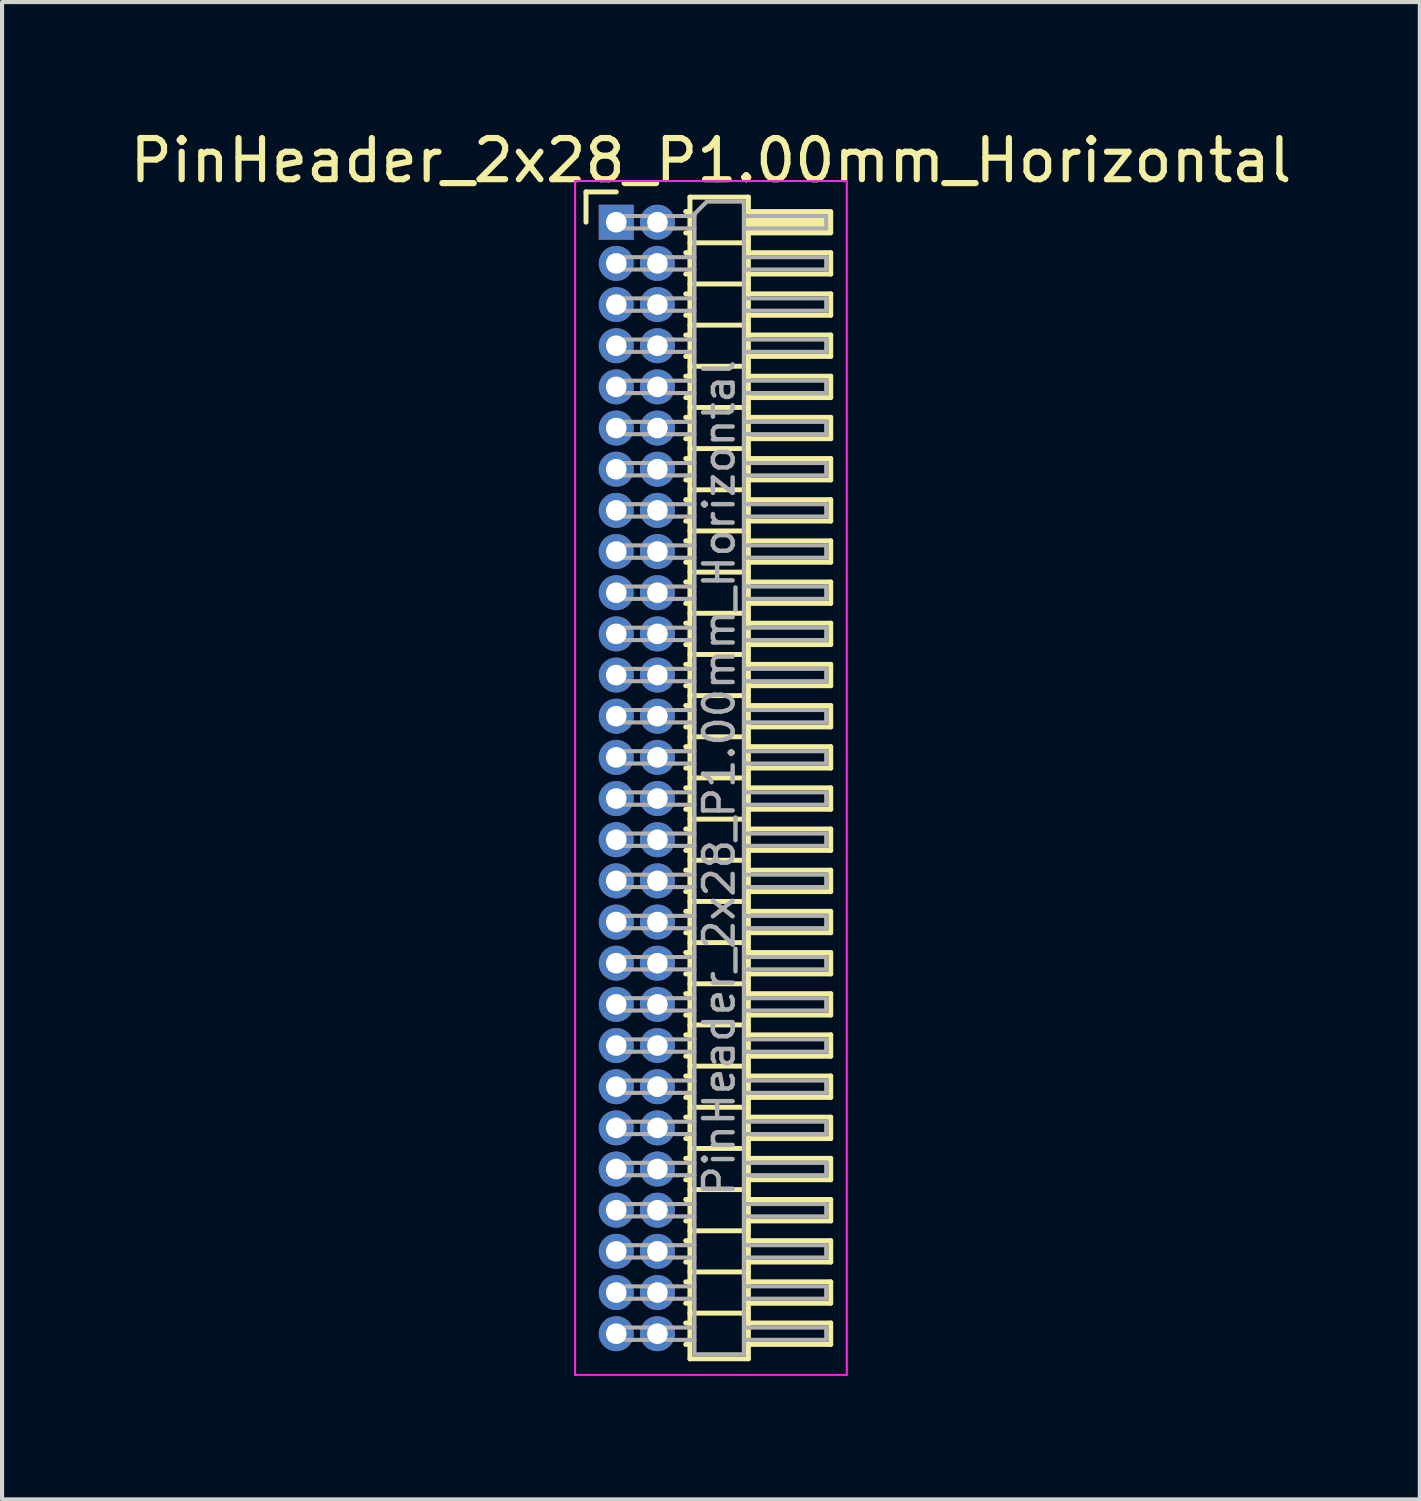
<source format=kicad_pcb>
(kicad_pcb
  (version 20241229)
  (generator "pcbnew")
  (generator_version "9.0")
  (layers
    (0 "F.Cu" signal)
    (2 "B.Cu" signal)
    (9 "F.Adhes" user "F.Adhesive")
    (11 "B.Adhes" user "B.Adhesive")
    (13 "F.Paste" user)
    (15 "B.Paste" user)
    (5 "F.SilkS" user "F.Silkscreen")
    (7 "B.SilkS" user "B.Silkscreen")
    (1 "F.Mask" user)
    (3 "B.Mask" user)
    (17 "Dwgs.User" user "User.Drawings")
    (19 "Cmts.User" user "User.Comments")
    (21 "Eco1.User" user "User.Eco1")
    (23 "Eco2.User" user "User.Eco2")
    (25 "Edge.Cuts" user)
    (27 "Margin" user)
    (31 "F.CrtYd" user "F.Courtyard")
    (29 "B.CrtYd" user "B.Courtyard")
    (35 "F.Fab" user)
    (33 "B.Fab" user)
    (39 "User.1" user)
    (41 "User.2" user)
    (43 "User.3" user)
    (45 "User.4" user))
  (footprint "PinHeader_2x28_P1.00mm_Horizontal"
    (layer "F.Cu")
    (at 11.92 2.348)
    (property "Reference" "PinHeader_2x28_P1.00mm_Horizontal" (at 2.3 -1.5 0) (layer "F.SilkS") (effects (font (size 1 1) (thickness 0.15))))
    (attr through_hole)
    (fp_line (start -0.735 -0.735) (end 0 -0.735) (stroke (width 0.12) (type solid)) (layer "F.SilkS"))
    (fp_line (start -0.735 0) (end -0.735 -0.735) (stroke (width 0.12) (type solid)) (layer "F.SilkS"))
    (fp_line (start 1.687 -0.26) (end 1.79 -0.26) (stroke (width 0.12) (type solid)) (layer "F.SilkS"))
    (fp_line (start 1.687 0.26) (end 1.79 0.26) (stroke (width 0.12) (type solid)) (layer "F.SilkS"))
    (fp_line (start 1.687 0.74) (end 1.79 0.74) (stroke (width 0.12) (type solid)) (layer "F.SilkS"))
    (fp_line (start 1.687 1.26) (end 1.79 1.26) (stroke (width 0.12) (type solid)) (layer "F.SilkS"))
    (fp_line (start 1.687 1.74) (end 1.79 1.74) (stroke (width 0.12) (type solid)) (layer "F.SilkS"))
    (fp_line (start 1.687 2.26) (end 1.79 2.26) (stroke (width 0.12) (type solid)) (layer "F.SilkS"))
    (fp_line (start 1.687 2.74) (end 1.79 2.74) (stroke (width 0.12) (type solid)) (layer "F.SilkS"))
    (fp_line (start 1.687 3.26) (end 1.79 3.26) (stroke (width 0.12) (type solid)) (layer "F.SilkS"))
    (fp_line (start 1.687 3.74) (end 1.79 3.74) (stroke (width 0.12) (type solid)) (layer "F.SilkS"))
    (fp_line (start 1.687 4.26) (end 1.79 4.26) (stroke (width 0.12) (type solid)) (layer "F.SilkS"))
    (fp_line (start 1.687 4.74) (end 1.79 4.74) (stroke (width 0.12) (type solid)) (layer "F.SilkS"))
    (fp_line (start 1.687 5.26) (end 1.79 5.26) (stroke (width 0.12) (type solid)) (layer "F.SilkS"))
    (fp_line (start 1.687 5.74) (end 1.79 5.74) (stroke (width 0.12) (type solid)) (layer "F.SilkS"))
    (fp_line (start 1.687 6.26) (end 1.79 6.26) (stroke (width 0.12) (type solid)) (layer "F.SilkS"))
    (fp_line (start 1.687 6.74) (end 1.79 6.74) (stroke (width 0.12) (type solid)) (layer "F.SilkS"))
    (fp_line (start 1.687 7.26) (end 1.79 7.26) (stroke (width 0.12) (type solid)) (layer "F.SilkS"))
    (fp_line (start 1.687 7.74) (end 1.79 7.74) (stroke (width 0.12) (type solid)) (layer "F.SilkS"))
    (fp_line (start 1.687 8.26) (end 1.79 8.26) (stroke (width 0.12) (type solid)) (layer "F.SilkS"))
    (fp_line (start 1.687 8.74) (end 1.79 8.74) (stroke (width 0.12) (type solid)) (layer "F.SilkS"))
    (fp_line (start 1.687 9.26) (end 1.79 9.26) (stroke (width 0.12) (type solid)) (layer "F.SilkS"))
    (fp_line (start 1.687 9.74) (end 1.79 9.74) (stroke (width 0.12) (type solid)) (layer "F.SilkS"))
    (fp_line (start 1.687 10.26) (end 1.79 10.26) (stroke (width 0.12) (type solid)) (layer "F.SilkS"))
    (fp_line (start 1.687 10.74) (end 1.79 10.74) (stroke (width 0.12) (type solid)) (layer "F.SilkS"))
    (fp_line (start 1.687 11.26) (end 1.79 11.26) (stroke (width 0.12) (type solid)) (layer "F.SilkS"))
    (fp_line (start 1.687 11.74) (end 1.79 11.74) (stroke (width 0.12) (type solid)) (layer "F.SilkS"))
    (fp_line (start 1.687 12.26) (end 1.79 12.26) (stroke (width 0.12) (type solid)) (layer "F.SilkS"))
    (fp_line (start 1.687 12.74) (end 1.79 12.74) (stroke (width 0.12) (type solid)) (layer "F.SilkS"))
    (fp_line (start 1.687 13.26) (end 1.79 13.26) (stroke (width 0.12) (type solid)) (layer "F.SilkS"))
    (fp_line (start 1.687 13.74) (end 1.79 13.74) (stroke (width 0.12) (type solid)) (layer "F.SilkS"))
    (fp_line (start 1.687 14.26) (end 1.79 14.26) (stroke (width 0.12) (type solid)) (layer "F.SilkS"))
    (fp_line (start 1.687 14.74) (end 1.79 14.74) (stroke (width 0.12) (type solid)) (layer "F.SilkS"))
    (fp_line (start 1.687 15.26) (end 1.79 15.26) (stroke (width 0.12) (type solid)) (layer "F.SilkS"))
    (fp_line (start 1.687 15.74) (end 1.79 15.74) (stroke (width 0.12) (type solid)) (layer "F.SilkS"))
    (fp_line (start 1.687 16.26) (end 1.79 16.26) (stroke (width 0.12) (type solid)) (layer "F.SilkS"))
    (fp_line (start 1.687 16.74) (end 1.79 16.74) (stroke (width 0.12) (type solid)) (layer "F.SilkS"))
    (fp_line (start 1.687 17.26) (end 1.79 17.26) (stroke (width 0.12) (type solid)) (layer "F.SilkS"))
    (fp_line (start 1.687 17.74) (end 1.79 17.74) (stroke (width 0.12) (type solid)) (layer "F.SilkS"))
    (fp_line (start 1.687 18.26) (end 1.79 18.26) (stroke (width 0.12) (type solid)) (layer "F.SilkS"))
    (fp_line (start 1.687 18.74) (end 1.79 18.74) (stroke (width 0.12) (type solid)) (layer "F.SilkS"))
    (fp_line (start 1.687 19.26) (end 1.79 19.26) (stroke (width 0.12) (type solid)) (layer "F.SilkS"))
    (fp_line (start 1.687 19.74) (end 1.79 19.74) (stroke (width 0.12) (type solid)) (layer "F.SilkS"))
    (fp_line (start 1.687 20.26) (end 1.79 20.26) (stroke (width 0.12) (type solid)) (layer "F.SilkS"))
    (fp_line (start 1.687 20.74) (end 1.79 20.74) (stroke (width 0.12) (type solid)) (layer "F.SilkS"))
    (fp_line (start 1.687 21.26) (end 1.79 21.26) (stroke (width 0.12) (type solid)) (layer "F.SilkS"))
    (fp_line (start 1.687 21.74) (end 1.79 21.74) (stroke (width 0.12) (type solid)) (layer "F.SilkS"))
    (fp_line (start 1.687 22.26) (end 1.79 22.26) (stroke (width 0.12) (type solid)) (layer "F.SilkS"))
    (fp_line (start 1.687 22.74) (end 1.79 22.74) (stroke (width 0.12) (type solid)) (layer "F.SilkS"))
    (fp_line (start 1.687 23.26) (end 1.79 23.26) (stroke (width 0.12) (type solid)) (layer "F.SilkS"))
    (fp_line (start 1.687 23.74) (end 1.79 23.74) (stroke (width 0.12) (type solid)) (layer "F.SilkS"))
    (fp_line (start 1.687 24.26) (end 1.79 24.26) (stroke (width 0.12) (type solid)) (layer "F.SilkS"))
    (fp_line (start 1.687 24.74) (end 1.79 24.74) (stroke (width 0.12) (type solid)) (layer "F.SilkS"))
    (fp_line (start 1.687 25.26) (end 1.79 25.26) (stroke (width 0.12) (type solid)) (layer "F.SilkS"))
    (fp_line (start 1.687 25.74) (end 1.79 25.74) (stroke (width 0.12) (type solid)) (layer "F.SilkS"))
    (fp_line (start 1.687 26.26) (end 1.79 26.26) (stroke (width 0.12) (type solid)) (layer "F.SilkS"))
    (fp_line (start 1.687 26.74) (end 1.79 26.74) (stroke (width 0.12) (type solid)) (layer "F.SilkS"))
    (fp_line (start 1.687 27.26) (end 1.79 27.26) (stroke (width 0.12) (type solid)) (layer "F.SilkS"))
    (fp_line (start 1.79 -0.61) (end 1.79 27.61) (stroke (width 0.12) (type solid)) (layer "F.SilkS"))
    (fp_line (start 1.79 0.5) (end 3.21 0.5) (stroke (width 0.12) (type solid)) (layer "F.SilkS"))
    (fp_line (start 1.79 1.5) (end 3.21 1.5) (stroke (width 0.12) (type solid)) (layer "F.SilkS"))
    (fp_line (start 1.79 2.5) (end 3.21 2.5) (stroke (width 0.12) (type solid)) (layer "F.SilkS"))
    (fp_line (start 1.79 3.5) (end 3.21 3.5) (stroke (width 0.12) (type solid)) (layer "F.SilkS"))
    (fp_line (start 1.79 4.5) (end 3.21 4.5) (stroke (width 0.12) (type solid)) (layer "F.SilkS"))
    (fp_line (start 1.79 5.5) (end 3.21 5.5) (stroke (width 0.12) (type solid)) (layer "F.SilkS"))
    (fp_line (start 1.79 6.5) (end 3.21 6.5) (stroke (width 0.12) (type solid)) (layer "F.SilkS"))
    (fp_line (start 1.79 7.5) (end 3.21 7.5) (stroke (width 0.12) (type solid)) (layer "F.SilkS"))
    (fp_line (start 1.79 8.5) (end 3.21 8.5) (stroke (width 0.12) (type solid)) (layer "F.SilkS"))
    (fp_line (start 1.79 9.5) (end 3.21 9.5) (stroke (width 0.12) (type solid)) (layer "F.SilkS"))
    (fp_line (start 1.79 10.5) (end 3.21 10.5) (stroke (width 0.12) (type solid)) (layer "F.SilkS"))
    (fp_line (start 1.79 11.5) (end 3.21 11.5) (stroke (width 0.12) (type solid)) (layer "F.SilkS"))
    (fp_line (start 1.79 12.5) (end 3.21 12.5) (stroke (width 0.12) (type solid)) (layer "F.SilkS"))
    (fp_line (start 1.79 13.5) (end 3.21 13.5) (stroke (width 0.12) (type solid)) (layer "F.SilkS"))
    (fp_line (start 1.79 14.5) (end 3.21 14.5) (stroke (width 0.12) (type solid)) (layer "F.SilkS"))
    (fp_line (start 1.79 15.5) (end 3.21 15.5) (stroke (width 0.12) (type solid)) (layer "F.SilkS"))
    (fp_line (start 1.79 16.5) (end 3.21 16.5) (stroke (width 0.12) (type solid)) (layer "F.SilkS"))
    (fp_line (start 1.79 17.5) (end 3.21 17.5) (stroke (width 0.12) (type solid)) (layer "F.SilkS"))
    (fp_line (start 1.79 18.5) (end 3.21 18.5) (stroke (width 0.12) (type solid)) (layer "F.SilkS"))
    (fp_line (start 1.79 19.5) (end 3.21 19.5) (stroke (width 0.12) (type solid)) (layer "F.SilkS"))
    (fp_line (start 1.79 20.5) (end 3.21 20.5) (stroke (width 0.12) (type solid)) (layer "F.SilkS"))
    (fp_line (start 1.79 21.5) (end 3.21 21.5) (stroke (width 0.12) (type solid)) (layer "F.SilkS"))
    (fp_line (start 1.79 22.5) (end 3.21 22.5) (stroke (width 0.12) (type solid)) (layer "F.SilkS"))
    (fp_line (start 1.79 23.5) (end 3.21 23.5) (stroke (width 0.12) (type solid)) (layer "F.SilkS"))
    (fp_line (start 1.79 24.5) (end 3.21 24.5) (stroke (width 0.12) (type solid)) (layer "F.SilkS"))
    (fp_line (start 1.79 25.5) (end 3.21 25.5) (stroke (width 0.12) (type solid)) (layer "F.SilkS"))
    (fp_line (start 1.79 26.5) (end 3.21 26.5) (stroke (width 0.12) (type solid)) (layer "F.SilkS"))
    (fp_line (start 1.79 27.61) (end 3.21 27.61) (stroke (width 0.12) (type solid)) (layer "F.SilkS"))
    (fp_line (start 3.21 -0.61) (end 1.79 -0.61) (stroke (width 0.12) (type solid)) (layer "F.SilkS"))
    (fp_line (start 3.21 0.74) (end 5.21 0.74) (stroke (width 0.12) (type solid)) (layer "F.SilkS"))
    (fp_line (start 3.21 1.74) (end 5.21 1.74) (stroke (width 0.12) (type solid)) (layer "F.SilkS"))
    (fp_line (start 3.21 2.74) (end 5.21 2.74) (stroke (width 0.12) (type solid)) (layer "F.SilkS"))
    (fp_line (start 3.21 3.74) (end 5.21 3.74) (stroke (width 0.12) (type solid)) (layer "F.SilkS"))
    (fp_line (start 3.21 4.74) (end 5.21 4.74) (stroke (width 0.12) (type solid)) (layer "F.SilkS"))
    (fp_line (start 3.21 5.74) (end 5.21 5.74) (stroke (width 0.12) (type solid)) (layer "F.SilkS"))
    (fp_line (start 3.21 6.74) (end 5.21 6.74) (stroke (width 0.12) (type solid)) (layer "F.SilkS"))
    (fp_line (start 3.21 7.74) (end 5.21 7.74) (stroke (width 0.12) (type solid)) (layer "F.SilkS"))
    (fp_line (start 3.21 8.74) (end 5.21 8.74) (stroke (width 0.12) (type solid)) (layer "F.SilkS"))
    (fp_line (start 3.21 9.74) (end 5.21 9.74) (stroke (width 0.12) (type solid)) (layer "F.SilkS"))
    (fp_line (start 3.21 10.74) (end 5.21 10.74) (stroke (width 0.12) (type solid)) (layer "F.SilkS"))
    (fp_line (start 3.21 11.74) (end 5.21 11.74) (stroke (width 0.12) (type solid)) (layer "F.SilkS"))
    (fp_line (start 3.21 12.74) (end 5.21 12.74) (stroke (width 0.12) (type solid)) (layer "F.SilkS"))
    (fp_line (start 3.21 13.74) (end 5.21 13.74) (stroke (width 0.12) (type solid)) (layer "F.SilkS"))
    (fp_line (start 3.21 14.74) (end 5.21 14.74) (stroke (width 0.12) (type solid)) (layer "F.SilkS"))
    (fp_line (start 3.21 15.74) (end 5.21 15.74) (stroke (width 0.12) (type solid)) (layer "F.SilkS"))
    (fp_line (start 3.21 16.74) (end 5.21 16.74) (stroke (width 0.12) (type solid)) (layer "F.SilkS"))
    (fp_line (start 3.21 17.74) (end 5.21 17.74) (stroke (width 0.12) (type solid)) (layer "F.SilkS"))
    (fp_line (start 3.21 18.74) (end 5.21 18.74) (stroke (width 0.12) (type solid)) (layer "F.SilkS"))
    (fp_line (start 3.21 19.74) (end 5.21 19.74) (stroke (width 0.12) (type solid)) (layer "F.SilkS"))
    (fp_line (start 3.21 20.74) (end 5.21 20.74) (stroke (width 0.12) (type solid)) (layer "F.SilkS"))
    (fp_line (start 3.21 21.74) (end 5.21 21.74) (stroke (width 0.12) (type solid)) (layer "F.SilkS"))
    (fp_line (start 3.21 22.74) (end 5.21 22.74) (stroke (width 0.12) (type solid)) (layer "F.SilkS"))
    (fp_line (start 3.21 23.74) (end 5.21 23.74) (stroke (width 0.12) (type solid)) (layer "F.SilkS"))
    (fp_line (start 3.21 24.74) (end 5.21 24.74) (stroke (width 0.12) (type solid)) (layer "F.SilkS"))
    (fp_line (start 3.21 25.74) (end 5.21 25.74) (stroke (width 0.12) (type solid)) (layer "F.SilkS"))
    (fp_line (start 3.21 26.74) (end 5.21 26.74) (stroke (width 0.12) (type solid)) (layer "F.SilkS"))
    (fp_line (start 3.21 27.61) (end 3.21 -0.61) (stroke (width 0.12) (type solid)) (layer "F.SilkS"))
    (fp_line (start 5.21 0.74) (end 5.21 1.26) (stroke (width 0.12) (type solid)) (layer "F.SilkS"))
    (fp_line (start 5.21 1.26) (end 3.21 1.26) (stroke (width 0.12) (type solid)) (layer "F.SilkS"))
    (fp_line (start 5.21 1.74) (end 5.21 2.26) (stroke (width 0.12) (type solid)) (layer "F.SilkS"))
    (fp_line (start 5.21 2.26) (end 3.21 2.26) (stroke (width 0.12) (type solid)) (layer "F.SilkS"))
    (fp_line (start 5.21 2.74) (end 5.21 3.26) (stroke (width 0.12) (type solid)) (layer "F.SilkS"))
    (fp_line (start 5.21 3.26) (end 3.21 3.26) (stroke (width 0.12) (type solid)) (layer "F.SilkS"))
    (fp_line (start 5.21 3.74) (end 5.21 4.26) (stroke (width 0.12) (type solid)) (layer "F.SilkS"))
    (fp_line (start 5.21 4.26) (end 3.21 4.26) (stroke (width 0.12) (type solid)) (layer "F.SilkS"))
    (fp_line (start 5.21 4.74) (end 5.21 5.26) (stroke (width 0.12) (type solid)) (layer "F.SilkS"))
    (fp_line (start 5.21 5.26) (end 3.21 5.26) (stroke (width 0.12) (type solid)) (layer "F.SilkS"))
    (fp_line (start 5.21 5.74) (end 5.21 6.26) (stroke (width 0.12) (type solid)) (layer "F.SilkS"))
    (fp_line (start 5.21 6.26) (end 3.21 6.26) (stroke (width 0.12) (type solid)) (layer "F.SilkS"))
    (fp_line (start 5.21 6.74) (end 5.21 7.26) (stroke (width 0.12) (type solid)) (layer "F.SilkS"))
    (fp_line (start 5.21 7.26) (end 3.21 7.26) (stroke (width 0.12) (type solid)) (layer "F.SilkS"))
    (fp_line (start 5.21 7.74) (end 5.21 8.26) (stroke (width 0.12) (type solid)) (layer "F.SilkS"))
    (fp_line (start 5.21 8.26) (end 3.21 8.26) (stroke (width 0.12) (type solid)) (layer "F.SilkS"))
    (fp_line (start 5.21 8.74) (end 5.21 9.26) (stroke (width 0.12) (type solid)) (layer "F.SilkS"))
    (fp_line (start 5.21 9.26) (end 3.21 9.26) (stroke (width 0.12) (type solid)) (layer "F.SilkS"))
    (fp_line (start 5.21 9.74) (end 5.21 10.26) (stroke (width 0.12) (type solid)) (layer "F.SilkS"))
    (fp_line (start 5.21 10.26) (end 3.21 10.26) (stroke (width 0.12) (type solid)) (layer "F.SilkS"))
    (fp_line (start 5.21 10.74) (end 5.21 11.26) (stroke (width 0.12) (type solid)) (layer "F.SilkS"))
    (fp_line (start 5.21 11.26) (end 3.21 11.26) (stroke (width 0.12) (type solid)) (layer "F.SilkS"))
    (fp_line (start 5.21 11.74) (end 5.21 12.26) (stroke (width 0.12) (type solid)) (layer "F.SilkS"))
    (fp_line (start 5.21 12.26) (end 3.21 12.26) (stroke (width 0.12) (type solid)) (layer "F.SilkS"))
    (fp_line (start 5.21 12.74) (end 5.21 13.26) (stroke (width 0.12) (type solid)) (layer "F.SilkS"))
    (fp_line (start 5.21 13.26) (end 3.21 13.26) (stroke (width 0.12) (type solid)) (layer "F.SilkS"))
    (fp_line (start 5.21 13.74) (end 5.21 14.26) (stroke (width 0.12) (type solid)) (layer "F.SilkS"))
    (fp_line (start 5.21 14.26) (end 3.21 14.26) (stroke (width 0.12) (type solid)) (layer "F.SilkS"))
    (fp_line (start 5.21 14.74) (end 5.21 15.26) (stroke (width 0.12) (type solid)) (layer "F.SilkS"))
    (fp_line (start 5.21 15.26) (end 3.21 15.26) (stroke (width 0.12) (type solid)) (layer "F.SilkS"))
    (fp_line (start 5.21 15.74) (end 5.21 16.26) (stroke (width 0.12) (type solid)) (layer "F.SilkS"))
    (fp_line (start 5.21 16.26) (end 3.21 16.26) (stroke (width 0.12) (type solid)) (layer "F.SilkS"))
    (fp_line (start 5.21 16.74) (end 5.21 17.26) (stroke (width 0.12) (type solid)) (layer "F.SilkS"))
    (fp_line (start 5.21 17.26) (end 3.21 17.26) (stroke (width 0.12) (type solid)) (layer "F.SilkS"))
    (fp_line (start 5.21 17.74) (end 5.21 18.26) (stroke (width 0.12) (type solid)) (layer "F.SilkS"))
    (fp_line (start 5.21 18.26) (end 3.21 18.26) (stroke (width 0.12) (type solid)) (layer "F.SilkS"))
    (fp_line (start 5.21 18.74) (end 5.21 19.26) (stroke (width 0.12) (type solid)) (layer "F.SilkS"))
    (fp_line (start 5.21 19.26) (end 3.21 19.26) (stroke (width 0.12) (type solid)) (layer "F.SilkS"))
    (fp_line (start 5.21 19.74) (end 5.21 20.26) (stroke (width 0.12) (type solid)) (layer "F.SilkS"))
    (fp_line (start 5.21 20.26) (end 3.21 20.26) (stroke (width 0.12) (type solid)) (layer "F.SilkS"))
    (fp_line (start 5.21 20.74) (end 5.21 21.26) (stroke (width 0.12) (type solid)) (layer "F.SilkS"))
    (fp_line (start 5.21 21.26) (end 3.21 21.26) (stroke (width 0.12) (type solid)) (layer "F.SilkS"))
    (fp_line (start 5.21 21.74) (end 5.21 22.26) (stroke (width 0.12) (type solid)) (layer "F.SilkS"))
    (fp_line (start 5.21 22.26) (end 3.21 22.26) (stroke (width 0.12) (type solid)) (layer "F.SilkS"))
    (fp_line (start 5.21 22.74) (end 5.21 23.26) (stroke (width 0.12) (type solid)) (layer "F.SilkS"))
    (fp_line (start 5.21 23.26) (end 3.21 23.26) (stroke (width 0.12) (type solid)) (layer "F.SilkS"))
    (fp_line (start 5.21 23.74) (end 5.21 24.26) (stroke (width 0.12) (type solid)) (layer "F.SilkS"))
    (fp_line (start 5.21 24.26) (end 3.21 24.26) (stroke (width 0.12) (type solid)) (layer "F.SilkS"))
    (fp_line (start 5.21 24.74) (end 5.21 25.26) (stroke (width 0.12) (type solid)) (layer "F.SilkS"))
    (fp_line (start 5.21 25.26) (end 3.21 25.26) (stroke (width 0.12) (type solid)) (layer "F.SilkS"))
    (fp_line (start 5.21 25.74) (end 5.21 26.26) (stroke (width 0.12) (type solid)) (layer "F.SilkS"))
    (fp_line (start 5.21 26.26) (end 3.21 26.26) (stroke (width 0.12) (type solid)) (layer "F.SilkS"))
    (fp_line (start 5.21 26.74) (end 5.21 27.26) (stroke (width 0.12) (type solid)) (layer "F.SilkS"))
    (fp_line (start 5.21 27.26) (end 3.21 27.26) (stroke (width 0.12) (type solid)) (layer "F.SilkS"))
    (fp_rect (start 3.21 -0.26) (end 5.21 0.26) (stroke (width 0.12) (type solid)) (fill yes) (layer "F.SilkS"))
    (fp_line (start -1 -1) (end -1 28) (stroke (width 0.05) (type solid)) (layer "F.CrtYd"))
    (fp_line (start -1 28) (end 5.6 28) (stroke (width 0.05) (type solid)) (layer "F.CrtYd"))
    (fp_line (start 5.6 -1) (end -1 -1) (stroke (width 0.05) (type solid)) (layer "F.CrtYd"))
    (fp_line (start 5.6 28) (end 5.6 -1) (stroke (width 0.05) (type solid)) (layer "F.CrtYd"))
    (fp_line (start -0.15 -0.15) (end -0.15 0.15) (stroke (width 0.1) (type solid)) (layer "F.Fab"))
    (fp_line (start -0.15 -0.15) (end 1.9 -0.15) (stroke (width 0.1) (type solid)) (layer "F.Fab"))
    (fp_line (start -0.15 0.15) (end 1.9 0.15) (stroke (width 0.1) (type solid)) (layer "F.Fab"))
    (fp_line (start -0.15 0.85) (end -0.15 1.15) (stroke (width 0.1) (type solid)) (layer "F.Fab"))
    (fp_line (start -0.15 0.85) (end 1.9 0.85) (stroke (width 0.1) (type solid)) (layer "F.Fab"))
    (fp_line (start -0.15 1.15) (end 1.9 1.15) (stroke (width 0.1) (type solid)) (layer "F.Fab"))
    (fp_line (start -0.15 1.85) (end -0.15 2.15) (stroke (width 0.1) (type solid)) (layer "F.Fab"))
    (fp_line (start -0.15 1.85) (end 1.9 1.85) (stroke (width 0.1) (type solid)) (layer "F.Fab"))
    (fp_line (start -0.15 2.15) (end 1.9 2.15) (stroke (width 0.1) (type solid)) (layer "F.Fab"))
    (fp_line (start -0.15 2.85) (end -0.15 3.15) (stroke (width 0.1) (type solid)) (layer "F.Fab"))
    (fp_line (start -0.15 2.85) (end 1.9 2.85) (stroke (width 0.1) (type solid)) (layer "F.Fab"))
    (fp_line (start -0.15 3.15) (end 1.9 3.15) (stroke (width 0.1) (type solid)) (layer "F.Fab"))
    (fp_line (start -0.15 3.85) (end -0.15 4.15) (stroke (width 0.1) (type solid)) (layer "F.Fab"))
    (fp_line (start -0.15 3.85) (end 1.9 3.85) (stroke (width 0.1) (type solid)) (layer "F.Fab"))
    (fp_line (start -0.15 4.15) (end 1.9 4.15) (stroke (width 0.1) (type solid)) (layer "F.Fab"))
    (fp_line (start -0.15 4.85) (end -0.15 5.15) (stroke (width 0.1) (type solid)) (layer "F.Fab"))
    (fp_line (start -0.15 4.85) (end 1.9 4.85) (stroke (width 0.1) (type solid)) (layer "F.Fab"))
    (fp_line (start -0.15 5.15) (end 1.9 5.15) (stroke (width 0.1) (type solid)) (layer "F.Fab"))
    (fp_line (start -0.15 5.85) (end -0.15 6.15) (stroke (width 0.1) (type solid)) (layer "F.Fab"))
    (fp_line (start -0.15 5.85) (end 1.9 5.85) (stroke (width 0.1) (type solid)) (layer "F.Fab"))
    (fp_line (start -0.15 6.15) (end 1.9 6.15) (stroke (width 0.1) (type solid)) (layer "F.Fab"))
    (fp_line (start -0.15 6.85) (end -0.15 7.15) (stroke (width 0.1) (type solid)) (layer "F.Fab"))
    (fp_line (start -0.15 6.85) (end 1.9 6.85) (stroke (width 0.1) (type solid)) (layer "F.Fab"))
    (fp_line (start -0.15 7.15) (end 1.9 7.15) (stroke (width 0.1) (type solid)) (layer "F.Fab"))
    (fp_line (start -0.15 7.85) (end -0.15 8.15) (stroke (width 0.1) (type solid)) (layer "F.Fab"))
    (fp_line (start -0.15 7.85) (end 1.9 7.85) (stroke (width 0.1) (type solid)) (layer "F.Fab"))
    (fp_line (start -0.15 8.15) (end 1.9 8.15) (stroke (width 0.1) (type solid)) (layer "F.Fab"))
    (fp_line (start -0.15 8.85) (end -0.15 9.15) (stroke (width 0.1) (type solid)) (layer "F.Fab"))
    (fp_line (start -0.15 8.85) (end 1.9 8.85) (stroke (width 0.1) (type solid)) (layer "F.Fab"))
    (fp_line (start -0.15 9.15) (end 1.9 9.15) (stroke (width 0.1) (type solid)) (layer "F.Fab"))
    (fp_line (start -0.15 9.85) (end -0.15 10.15) (stroke (width 0.1) (type solid)) (layer "F.Fab"))
    (fp_line (start -0.15 9.85) (end 1.9 9.85) (stroke (width 0.1) (type solid)) (layer "F.Fab"))
    (fp_line (start -0.15 10.15) (end 1.9 10.15) (stroke (width 0.1) (type solid)) (layer "F.Fab"))
    (fp_line (start -0.15 10.85) (end -0.15 11.15) (stroke (width 0.1) (type solid)) (layer "F.Fab"))
    (fp_line (start -0.15 10.85) (end 1.9 10.85) (stroke (width 0.1) (type solid)) (layer "F.Fab"))
    (fp_line (start -0.15 11.15) (end 1.9 11.15) (stroke (width 0.1) (type solid)) (layer "F.Fab"))
    (fp_line (start -0.15 11.85) (end -0.15 12.15) (stroke (width 0.1) (type solid)) (layer "F.Fab"))
    (fp_line (start -0.15 11.85) (end 1.9 11.85) (stroke (width 0.1) (type solid)) (layer "F.Fab"))
    (fp_line (start -0.15 12.15) (end 1.9 12.15) (stroke (width 0.1) (type solid)) (layer "F.Fab"))
    (fp_line (start -0.15 12.85) (end -0.15 13.15) (stroke (width 0.1) (type solid)) (layer "F.Fab"))
    (fp_line (start -0.15 12.85) (end 1.9 12.85) (stroke (width 0.1) (type solid)) (layer "F.Fab"))
    (fp_line (start -0.15 13.15) (end 1.9 13.15) (stroke (width 0.1) (type solid)) (layer "F.Fab"))
    (fp_line (start -0.15 13.85) (end -0.15 14.15) (stroke (width 0.1) (type solid)) (layer "F.Fab"))
    (fp_line (start -0.15 13.85) (end 1.9 13.85) (stroke (width 0.1) (type solid)) (layer "F.Fab"))
    (fp_line (start -0.15 14.15) (end 1.9 14.15) (stroke (width 0.1) (type solid)) (layer "F.Fab"))
    (fp_line (start -0.15 14.85) (end -0.15 15.15) (stroke (width 0.1) (type solid)) (layer "F.Fab"))
    (fp_line (start -0.15 14.85) (end 1.9 14.85) (stroke (width 0.1) (type solid)) (layer "F.Fab"))
    (fp_line (start -0.15 15.15) (end 1.9 15.15) (stroke (width 0.1) (type solid)) (layer "F.Fab"))
    (fp_line (start -0.15 15.85) (end -0.15 16.15) (stroke (width 0.1) (type solid)) (layer "F.Fab"))
    (fp_line (start -0.15 15.85) (end 1.9 15.85) (stroke (width 0.1) (type solid)) (layer "F.Fab"))
    (fp_line (start -0.15 16.15) (end 1.9 16.15) (stroke (width 0.1) (type solid)) (layer "F.Fab"))
    (fp_line (start -0.15 16.85) (end -0.15 17.15) (stroke (width 0.1) (type solid)) (layer "F.Fab"))
    (fp_line (start -0.15 16.85) (end 1.9 16.85) (stroke (width 0.1) (type solid)) (layer "F.Fab"))
    (fp_line (start -0.15 17.15) (end 1.9 17.15) (stroke (width 0.1) (type solid)) (layer "F.Fab"))
    (fp_line (start -0.15 17.85) (end -0.15 18.15) (stroke (width 0.1) (type solid)) (layer "F.Fab"))
    (fp_line (start -0.15 17.85) (end 1.9 17.85) (stroke (width 0.1) (type solid)) (layer "F.Fab"))
    (fp_line (start -0.15 18.15) (end 1.9 18.15) (stroke (width 0.1) (type solid)) (layer "F.Fab"))
    (fp_line (start -0.15 18.85) (end -0.15 19.15) (stroke (width 0.1) (type solid)) (layer "F.Fab"))
    (fp_line (start -0.15 18.85) (end 1.9 18.85) (stroke (width 0.1) (type solid)) (layer "F.Fab"))
    (fp_line (start -0.15 19.15) (end 1.9 19.15) (stroke (width 0.1) (type solid)) (layer "F.Fab"))
    (fp_line (start -0.15 19.85) (end -0.15 20.15) (stroke (width 0.1) (type solid)) (layer "F.Fab"))
    (fp_line (start -0.15 19.85) (end 1.9 19.85) (stroke (width 0.1) (type solid)) (layer "F.Fab"))
    (fp_line (start -0.15 20.15) (end 1.9 20.15) (stroke (width 0.1) (type solid)) (layer "F.Fab"))
    (fp_line (start -0.15 20.85) (end -0.15 21.15) (stroke (width 0.1) (type solid)) (layer "F.Fab"))
    (fp_line (start -0.15 20.85) (end 1.9 20.85) (stroke (width 0.1) (type solid)) (layer "F.Fab"))
    (fp_line (start -0.15 21.15) (end 1.9 21.15) (stroke (width 0.1) (type solid)) (layer "F.Fab"))
    (fp_line (start -0.15 21.85) (end -0.15 22.15) (stroke (width 0.1) (type solid)) (layer "F.Fab"))
    (fp_line (start -0.15 21.85) (end 1.9 21.85) (stroke (width 0.1) (type solid)) (layer "F.Fab"))
    (fp_line (start -0.15 22.15) (end 1.9 22.15) (stroke (width 0.1) (type solid)) (layer "F.Fab"))
    (fp_line (start -0.15 22.85) (end -0.15 23.15) (stroke (width 0.1) (type solid)) (layer "F.Fab"))
    (fp_line (start -0.15 22.85) (end 1.9 22.85) (stroke (width 0.1) (type solid)) (layer "F.Fab"))
    (fp_line (start -0.15 23.15) (end 1.9 23.15) (stroke (width 0.1) (type solid)) (layer "F.Fab"))
    (fp_line (start -0.15 23.85) (end -0.15 24.15) (stroke (width 0.1) (type solid)) (layer "F.Fab"))
    (fp_line (start -0.15 23.85) (end 1.9 23.85) (stroke (width 0.1) (type solid)) (layer "F.Fab"))
    (fp_line (start -0.15 24.15) (end 1.9 24.15) (stroke (width 0.1) (type solid)) (layer "F.Fab"))
    (fp_line (start -0.15 24.85) (end -0.15 25.15) (stroke (width 0.1) (type solid)) (layer "F.Fab"))
    (fp_line (start -0.15 24.85) (end 1.9 24.85) (stroke (width 0.1) (type solid)) (layer "F.Fab"))
    (fp_line (start -0.15 25.15) (end 1.9 25.15) (stroke (width 0.1) (type solid)) (layer "F.Fab"))
    (fp_line (start -0.15 25.85) (end -0.15 26.15) (stroke (width 0.1) (type solid)) (layer "F.Fab"))
    (fp_line (start -0.15 25.85) (end 1.9 25.85) (stroke (width 0.1) (type solid)) (layer "F.Fab"))
    (fp_line (start -0.15 26.15) (end 1.9 26.15) (stroke (width 0.1) (type solid)) (layer "F.Fab"))
    (fp_line (start -0.15 26.85) (end -0.15 27.15) (stroke (width 0.1) (type solid)) (layer "F.Fab"))
    (fp_line (start -0.15 26.85) (end 1.9 26.85) (stroke (width 0.1) (type solid)) (layer "F.Fab"))
    (fp_line (start -0.15 27.15) (end 1.9 27.15) (stroke (width 0.1) (type solid)) (layer "F.Fab"))
    (fp_line (start 1.9 -0.2) (end 2.2 -0.5) (stroke (width 0.1) (type solid)) (layer "F.Fab"))
    (fp_line (start 1.9 27.5) (end 1.9 -0.2) (stroke (width 0.1) (type solid)) (layer "F.Fab"))
    (fp_line (start 2.2 -0.5) (end 3.1 -0.5) (stroke (width 0.1) (type solid)) (layer "F.Fab"))
    (fp_line (start 3.1 -0.5) (end 3.1 27.5) (stroke (width 0.1) (type solid)) (layer "F.Fab"))
    (fp_line (start 3.1 -0.15) (end 5.1 -0.15) (stroke (width 0.1) (type solid)) (layer "F.Fab"))
    (fp_line (start 3.1 0.15) (end 5.1 0.15) (stroke (width 0.1) (type solid)) (layer "F.Fab"))
    (fp_line (start 3.1 0.85) (end 5.1 0.85) (stroke (width 0.1) (type solid)) (layer "F.Fab"))
    (fp_line (start 3.1 1.15) (end 5.1 1.15) (stroke (width 0.1) (type solid)) (layer "F.Fab"))
    (fp_line (start 3.1 1.85) (end 5.1 1.85) (stroke (width 0.1) (type solid)) (layer "F.Fab"))
    (fp_line (start 3.1 2.15) (end 5.1 2.15) (stroke (width 0.1) (type solid)) (layer "F.Fab"))
    (fp_line (start 3.1 2.85) (end 5.1 2.85) (stroke (width 0.1) (type solid)) (layer "F.Fab"))
    (fp_line (start 3.1 3.15) (end 5.1 3.15) (stroke (width 0.1) (type solid)) (layer "F.Fab"))
    (fp_line (start 3.1 3.85) (end 5.1 3.85) (stroke (width 0.1) (type solid)) (layer "F.Fab"))
    (fp_line (start 3.1 4.15) (end 5.1 4.15) (stroke (width 0.1) (type solid)) (layer "F.Fab"))
    (fp_line (start 3.1 4.85) (end 5.1 4.85) (stroke (width 0.1) (type solid)) (layer "F.Fab"))
    (fp_line (start 3.1 5.15) (end 5.1 5.15) (stroke (width 0.1) (type solid)) (layer "F.Fab"))
    (fp_line (start 3.1 5.85) (end 5.1 5.85) (stroke (width 0.1) (type solid)) (layer "F.Fab"))
    (fp_line (start 3.1 6.15) (end 5.1 6.15) (stroke (width 0.1) (type solid)) (layer "F.Fab"))
    (fp_line (start 3.1 6.85) (end 5.1 6.85) (stroke (width 0.1) (type solid)) (layer "F.Fab"))
    (fp_line (start 3.1 7.15) (end 5.1 7.15) (stroke (width 0.1) (type solid)) (layer "F.Fab"))
    (fp_line (start 3.1 7.85) (end 5.1 7.85) (stroke (width 0.1) (type solid)) (layer "F.Fab"))
    (fp_line (start 3.1 8.15) (end 5.1 8.15) (stroke (width 0.1) (type solid)) (layer "F.Fab"))
    (fp_line (start 3.1 8.85) (end 5.1 8.85) (stroke (width 0.1) (type solid)) (layer "F.Fab"))
    (fp_line (start 3.1 9.15) (end 5.1 9.15) (stroke (width 0.1) (type solid)) (layer "F.Fab"))
    (fp_line (start 3.1 9.85) (end 5.1 9.85) (stroke (width 0.1) (type solid)) (layer "F.Fab"))
    (fp_line (start 3.1 10.15) (end 5.1 10.15) (stroke (width 0.1) (type solid)) (layer "F.Fab"))
    (fp_line (start 3.1 10.85) (end 5.1 10.85) (stroke (width 0.1) (type solid)) (layer "F.Fab"))
    (fp_line (start 3.1 11.15) (end 5.1 11.15) (stroke (width 0.1) (type solid)) (layer "F.Fab"))
    (fp_line (start 3.1 11.85) (end 5.1 11.85) (stroke (width 0.1) (type solid)) (layer "F.Fab"))
    (fp_line (start 3.1 12.15) (end 5.1 12.15) (stroke (width 0.1) (type solid)) (layer "F.Fab"))
    (fp_line (start 3.1 12.85) (end 5.1 12.85) (stroke (width 0.1) (type solid)) (layer "F.Fab"))
    (fp_line (start 3.1 13.15) (end 5.1 13.15) (stroke (width 0.1) (type solid)) (layer "F.Fab"))
    (fp_line (start 3.1 13.85) (end 5.1 13.85) (stroke (width 0.1) (type solid)) (layer "F.Fab"))
    (fp_line (start 3.1 14.15) (end 5.1 14.15) (stroke (width 0.1) (type solid)) (layer "F.Fab"))
    (fp_line (start 3.1 14.85) (end 5.1 14.85) (stroke (width 0.1) (type solid)) (layer "F.Fab"))
    (fp_line (start 3.1 15.15) (end 5.1 15.15) (stroke (width 0.1) (type solid)) (layer "F.Fab"))
    (fp_line (start 3.1 15.85) (end 5.1 15.85) (stroke (width 0.1) (type solid)) (layer "F.Fab"))
    (fp_line (start 3.1 16.15) (end 5.1 16.15) (stroke (width 0.1) (type solid)) (layer "F.Fab"))
    (fp_line (start 3.1 16.85) (end 5.1 16.85) (stroke (width 0.1) (type solid)) (layer "F.Fab"))
    (fp_line (start 3.1 17.15) (end 5.1 17.15) (stroke (width 0.1) (type solid)) (layer "F.Fab"))
    (fp_line (start 3.1 17.85) (end 5.1 17.85) (stroke (width 0.1) (type solid)) (layer "F.Fab"))
    (fp_line (start 3.1 18.15) (end 5.1 18.15) (stroke (width 0.1) (type solid)) (layer "F.Fab"))
    (fp_line (start 3.1 18.85) (end 5.1 18.85) (stroke (width 0.1) (type solid)) (layer "F.Fab"))
    (fp_line (start 3.1 19.15) (end 5.1 19.15) (stroke (width 0.1) (type solid)) (layer "F.Fab"))
    (fp_line (start 3.1 19.85) (end 5.1 19.85) (stroke (width 0.1) (type solid)) (layer "F.Fab"))
    (fp_line (start 3.1 20.15) (end 5.1 20.15) (stroke (width 0.1) (type solid)) (layer "F.Fab"))
    (fp_line (start 3.1 20.85) (end 5.1 20.85) (stroke (width 0.1) (type solid)) (layer "F.Fab"))
    (fp_line (start 3.1 21.15) (end 5.1 21.15) (stroke (width 0.1) (type solid)) (layer "F.Fab"))
    (fp_line (start 3.1 21.85) (end 5.1 21.85) (stroke (width 0.1) (type solid)) (layer "F.Fab"))
    (fp_line (start 3.1 22.15) (end 5.1 22.15) (stroke (width 0.1) (type solid)) (layer "F.Fab"))
    (fp_line (start 3.1 22.85) (end 5.1 22.85) (stroke (width 0.1) (type solid)) (layer "F.Fab"))
    (fp_line (start 3.1 23.15) (end 5.1 23.15) (stroke (width 0.1) (type solid)) (layer "F.Fab"))
    (fp_line (start 3.1 23.85) (end 5.1 23.85) (stroke (width 0.1) (type solid)) (layer "F.Fab"))
    (fp_line (start 3.1 24.15) (end 5.1 24.15) (stroke (width 0.1) (type solid)) (layer "F.Fab"))
    (fp_line (start 3.1 24.85) (end 5.1 24.85) (stroke (width 0.1) (type solid)) (layer "F.Fab"))
    (fp_line (start 3.1 25.15) (end 5.1 25.15) (stroke (width 0.1) (type solid)) (layer "F.Fab"))
    (fp_line (start 3.1 25.85) (end 5.1 25.85) (stroke (width 0.1) (type solid)) (layer "F.Fab"))
    (fp_line (start 3.1 26.15) (end 5.1 26.15) (stroke (width 0.1) (type solid)) (layer "F.Fab"))
    (fp_line (start 3.1 26.85) (end 5.1 26.85) (stroke (width 0.1) (type solid)) (layer "F.Fab"))
    (fp_line (start 3.1 27.15) (end 5.1 27.15) (stroke (width 0.1) (type solid)) (layer "F.Fab"))
    (fp_line (start 3.1 27.5) (end 1.9 27.5) (stroke (width 0.1) (type solid)) (layer "F.Fab"))
    (fp_line (start 5.1 -0.15) (end 5.1 0.15) (stroke (width 0.1) (type solid)) (layer "F.Fab"))
    (fp_line (start 5.1 0.85) (end 5.1 1.15) (stroke (width 0.1) (type solid)) (layer "F.Fab"))
    (fp_line (start 5.1 1.85) (end 5.1 2.15) (stroke (width 0.1) (type solid)) (layer "F.Fab"))
    (fp_line (start 5.1 2.85) (end 5.1 3.15) (stroke (width 0.1) (type solid)) (layer "F.Fab"))
    (fp_line (start 5.1 3.85) (end 5.1 4.15) (stroke (width 0.1) (type solid)) (layer "F.Fab"))
    (fp_line (start 5.1 4.85) (end 5.1 5.15) (stroke (width 0.1) (type solid)) (layer "F.Fab"))
    (fp_line (start 5.1 5.85) (end 5.1 6.15) (stroke (width 0.1) (type solid)) (layer "F.Fab"))
    (fp_line (start 5.1 6.85) (end 5.1 7.15) (stroke (width 0.1) (type solid)) (layer "F.Fab"))
    (fp_line (start 5.1 7.85) (end 5.1 8.15) (stroke (width 0.1) (type solid)) (layer "F.Fab"))
    (fp_line (start 5.1 8.85) (end 5.1 9.15) (stroke (width 0.1) (type solid)) (layer "F.Fab"))
    (fp_line (start 5.1 9.85) (end 5.1 10.15) (stroke (width 0.1) (type solid)) (layer "F.Fab"))
    (fp_line (start 5.1 10.85) (end 5.1 11.15) (stroke (width 0.1) (type solid)) (layer "F.Fab"))
    (fp_line (start 5.1 11.85) (end 5.1 12.15) (stroke (width 0.1) (type solid)) (layer "F.Fab"))
    (fp_line (start 5.1 12.85) (end 5.1 13.15) (stroke (width 0.1) (type solid)) (layer "F.Fab"))
    (fp_line (start 5.1 13.85) (end 5.1 14.15) (stroke (width 0.1) (type solid)) (layer "F.Fab"))
    (fp_line (start 5.1 14.85) (end 5.1 15.15) (stroke (width 0.1) (type solid)) (layer "F.Fab"))
    (fp_line (start 5.1 15.85) (end 5.1 16.15) (stroke (width 0.1) (type solid)) (layer "F.Fab"))
    (fp_line (start 5.1 16.85) (end 5.1 17.15) (stroke (width 0.1) (type solid)) (layer "F.Fab"))
    (fp_line (start 5.1 17.85) (end 5.1 18.15) (stroke (width 0.1) (type solid)) (layer "F.Fab"))
    (fp_line (start 5.1 18.85) (end 5.1 19.15) (stroke (width 0.1) (type solid)) (layer "F.Fab"))
    (fp_line (start 5.1 19.85) (end 5.1 20.15) (stroke (width 0.1) (type solid)) (layer "F.Fab"))
    (fp_line (start 5.1 20.85) (end 5.1 21.15) (stroke (width 0.1) (type solid)) (layer "F.Fab"))
    (fp_line (start 5.1 21.85) (end 5.1 22.15) (stroke (width 0.1) (type solid)) (layer "F.Fab"))
    (fp_line (start 5.1 22.85) (end 5.1 23.15) (stroke (width 0.1) (type solid)) (layer "F.Fab"))
    (fp_line (start 5.1 23.85) (end 5.1 24.15) (stroke (width 0.1) (type solid)) (layer "F.Fab"))
    (fp_line (start 5.1 24.85) (end 5.1 25.15) (stroke (width 0.1) (type solid)) (layer "F.Fab"))
    (fp_line (start 5.1 25.85) (end 5.1 26.15) (stroke (width 0.1) (type solid)) (layer "F.Fab"))
    (fp_line (start 5.1 26.85) (end 5.1 27.15) (stroke (width 0.1) (type solid)) (layer "F.Fab"))
    (fp_text user "${REFERENCE}" (at 2.5 13.5 90) (layer "F.Fab") (effects (font (size 0.72 0.72) (thickness 0.108))))
    (pad "1" thru_hole rect (at 0 0) (size 0.85 0.85) (drill 0.5) (layers "*.Cu" "*.Mask"))
    (pad "2" thru_hole circle (at 1 0) (size 0.85 0.85) (drill 0.5) (layers "*.Cu" "*.Mask"))
    (pad "3" thru_hole circle (at 0 1) (size 0.85 0.85) (drill 0.5) (layers "*.Cu" "*.Mask"))
    (pad "4" thru_hole circle (at 1 1) (size 0.85 0.85) (drill 0.5) (layers "*.Cu" "*.Mask"))
    (pad "5" thru_hole circle (at 0 2) (size 0.85 0.85) (drill 0.5) (layers "*.Cu" "*.Mask"))
    (pad "6" thru_hole circle (at 1 2) (size 0.85 0.85) (drill 0.5) (layers "*.Cu" "*.Mask"))
    (pad "7" thru_hole circle (at 0 3) (size 0.85 0.85) (drill 0.5) (layers "*.Cu" "*.Mask"))
    (pad "8" thru_hole circle (at 1 3) (size 0.85 0.85) (drill 0.5) (layers "*.Cu" "*.Mask"))
    (pad "9" thru_hole circle (at 0 4) (size 0.85 0.85) (drill 0.5) (layers "*.Cu" "*.Mask"))
    (pad "10" thru_hole circle (at 1 4) (size 0.85 0.85) (drill 0.5) (layers "*.Cu" "*.Mask"))
    (pad "11" thru_hole circle (at 0 5) (size 0.85 0.85) (drill 0.5) (layers "*.Cu" "*.Mask"))
    (pad "12" thru_hole circle (at 1 5) (size 0.85 0.85) (drill 0.5) (layers "*.Cu" "*.Mask"))
    (pad "13" thru_hole circle (at 0 6) (size 0.85 0.85) (drill 0.5) (layers "*.Cu" "*.Mask"))
    (pad "14" thru_hole circle (at 1 6) (size 0.85 0.85) (drill 0.5) (layers "*.Cu" "*.Mask"))
    (pad "15" thru_hole circle (at 0 7) (size 0.85 0.85) (drill 0.5) (layers "*.Cu" "*.Mask"))
    (pad "16" thru_hole circle (at 1 7) (size 0.85 0.85) (drill 0.5) (layers "*.Cu" "*.Mask"))
    (pad "17" thru_hole circle (at 0 8) (size 0.85 0.85) (drill 0.5) (layers "*.Cu" "*.Mask"))
    (pad "18" thru_hole circle (at 1 8) (size 0.85 0.85) (drill 0.5) (layers "*.Cu" "*.Mask"))
    (pad "19" thru_hole circle (at 0 9) (size 0.85 0.85) (drill 0.5) (layers "*.Cu" "*.Mask"))
    (pad "20" thru_hole circle (at 1 9) (size 0.85 0.85) (drill 0.5) (layers "*.Cu" "*.Mask"))
    (pad "21" thru_hole circle (at 0 10) (size 0.85 0.85) (drill 0.5) (layers "*.Cu" "*.Mask"))
    (pad "22" thru_hole circle (at 1 10) (size 0.85 0.85) (drill 0.5) (layers "*.Cu" "*.Mask"))
    (pad "23" thru_hole circle (at 0 11) (size 0.85 0.85) (drill 0.5) (layers "*.Cu" "*.Mask"))
    (pad "24" thru_hole circle (at 1 11) (size 0.85 0.85) (drill 0.5) (layers "*.Cu" "*.Mask"))
    (pad "25" thru_hole circle (at 0 12) (size 0.85 0.85) (drill 0.5) (layers "*.Cu" "*.Mask"))
    (pad "26" thru_hole circle (at 1 12) (size 0.85 0.85) (drill 0.5) (layers "*.Cu" "*.Mask"))
    (pad "27" thru_hole circle (at 0 13) (size 0.85 0.85) (drill 0.5) (layers "*.Cu" "*.Mask"))
    (pad "28" thru_hole circle (at 1 13) (size 0.85 0.85) (drill 0.5) (layers "*.Cu" "*.Mask"))
    (pad "29" thru_hole circle (at 0 14) (size 0.85 0.85) (drill 0.5) (layers "*.Cu" "*.Mask"))
    (pad "30" thru_hole circle (at 1 14) (size 0.85 0.85) (drill 0.5) (layers "*.Cu" "*.Mask"))
    (pad "31" thru_hole circle (at 0 15) (size 0.85 0.85) (drill 0.5) (layers "*.Cu" "*.Mask"))
    (pad "32" thru_hole circle (at 1 15) (size 0.85 0.85) (drill 0.5) (layers "*.Cu" "*.Mask"))
    (pad "33" thru_hole circle (at 0 16) (size 0.85 0.85) (drill 0.5) (layers "*.Cu" "*.Mask"))
    (pad "34" thru_hole circle (at 1 16) (size 0.85 0.85) (drill 0.5) (layers "*.Cu" "*.Mask"))
    (pad "35" thru_hole circle (at 0 17) (size 0.85 0.85) (drill 0.5) (layers "*.Cu" "*.Mask"))
    (pad "36" thru_hole circle (at 1 17) (size 0.85 0.85) (drill 0.5) (layers "*.Cu" "*.Mask"))
    (pad "37" thru_hole circle (at 0 18) (size 0.85 0.85) (drill 0.5) (layers "*.Cu" "*.Mask"))
    (pad "38" thru_hole circle (at 1 18) (size 0.85 0.85) (drill 0.5) (layers "*.Cu" "*.Mask"))
    (pad "39" thru_hole circle (at 0 19) (size 0.85 0.85) (drill 0.5) (layers "*.Cu" "*.Mask"))
    (pad "40" thru_hole circle (at 1 19) (size 0.85 0.85) (drill 0.5) (layers "*.Cu" "*.Mask"))
    (pad "41" thru_hole circle (at 0 20) (size 0.85 0.85) (drill 0.5) (layers "*.Cu" "*.Mask"))
    (pad "42" thru_hole circle (at 1 20) (size 0.85 0.85) (drill 0.5) (layers "*.Cu" "*.Mask"))
    (pad "43" thru_hole circle (at 0 21) (size 0.85 0.85) (drill 0.5) (layers "*.Cu" "*.Mask"))
    (pad "44" thru_hole circle (at 1 21) (size 0.85 0.85) (drill 0.5) (layers "*.Cu" "*.Mask"))
    (pad "45" thru_hole circle (at 0 22) (size 0.85 0.85) (drill 0.5) (layers "*.Cu" "*.Mask"))
    (pad "46" thru_hole circle (at 1 22) (size 0.85 0.85) (drill 0.5) (layers "*.Cu" "*.Mask"))
    (pad "47" thru_hole circle (at 0 23) (size 0.85 0.85) (drill 0.5) (layers "*.Cu" "*.Mask"))
    (pad "48" thru_hole circle (at 1 23) (size 0.85 0.85) (drill 0.5) (layers "*.Cu" "*.Mask"))
    (pad "49" thru_hole circle (at 0 24) (size 0.85 0.85) (drill 0.5) (layers "*.Cu" "*.Mask"))
    (pad "50" thru_hole circle (at 1 24) (size 0.85 0.85) (drill 0.5) (layers "*.Cu" "*.Mask"))
    (pad "51" thru_hole circle (at 0 25) (size 0.85 0.85) (drill 0.5) (layers "*.Cu" "*.Mask"))
    (pad "52" thru_hole circle (at 1 25) (size 0.85 0.85) (drill 0.5) (layers "*.Cu" "*.Mask"))
    (pad "53" thru_hole circle (at 0 26) (size 0.85 0.85) (drill 0.5) (layers "*.Cu" "*.Mask"))
    (pad "54" thru_hole circle (at 1 26) (size 0.85 0.85) (drill 0.5) (layers "*.Cu" "*.Mask"))
    (pad "55" thru_hole circle (at 0 27) (size 0.85 0.85) (drill 0.5) (layers "*.Cu" "*.Mask"))
    (pad "56" thru_hole circle (at 1 27) (size 0.85 0.85) (drill 0.5) (layers "*.Cu" "*.Mask")))
  (gr_rect
    (start -3 -3)
    (end 31.44 33.373)
    (stroke (width 0.1) (type default))
    (fill no)
    (layer "Edge.Cuts")))
</source>
